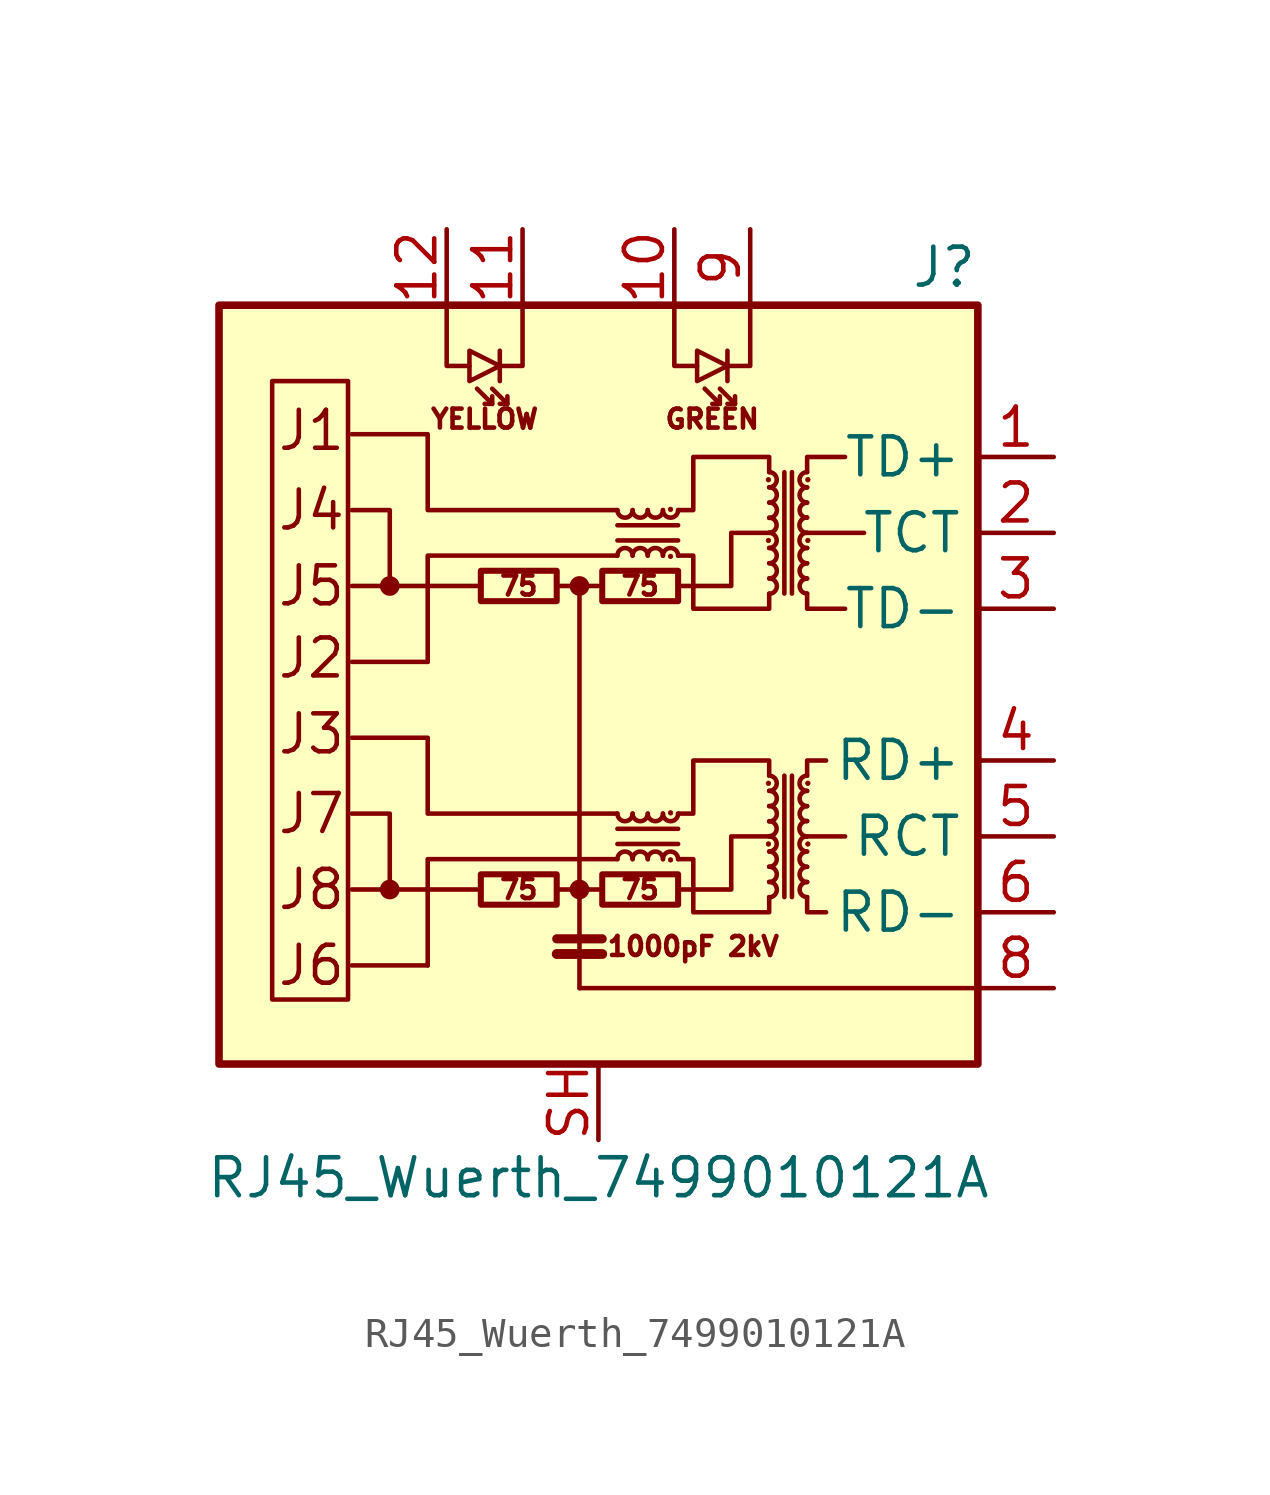
<source format=kicad_sym>
(kicad_symbol_lib
  (version 20220914)
  (generator kicad_symbol_editor)
  (symbol "RJ45_Wuerth_7499010121A"
    (property "Reference" "J"
      (at 12.7 13.97 0)
      (effects (font (size 1.27 1.27)) (justify right)))
    (property "Value" "RJ45_Wuerth_7499010121A"
      (at 0 -16.51 0)
      (effects (font (size 1.27 1.27))))
    (symbol "RJ45_Wuerth_7499010121A_0_0"
      (rectangle (start -12.7 12.7) (end 12.7 -12.7) (stroke (width 0.254) (type default)) (fill (type background)))
      (polyline (pts (xy -3.937 -6.858) (xy -8.255 -6.858)) (stroke (width 0) (type default)) (fill (type none)))
      (polyline (pts (xy -3.937 3.302) (xy -8.255 3.302)) (stroke (width 0) (type default)) (fill (type none)))
      (polyline (pts (xy -0.635 -10.16) (xy 12.7 -10.16)) (stroke (width 0) (type default)) (fill (type none)))
      (polyline (pts (xy 8.255 -5.08) (xy 6.985 -5.08)) (stroke (width 0) (type default)) (fill (type none)))
      (polyline (pts (xy 8.89 5.08) (xy 6.985 5.08)) (stroke (width 0) (type default)) (fill (type none)))
      (polyline (pts (xy 0.635 -4.318) (xy -5.715 -4.318) (xy -5.715 -1.778) (xy -8.255 -1.778)) (stroke (width 0) (type default)) (fill (type none)))
      (polyline (pts (xy 0.635 5.842) (xy -5.715 5.842) (xy -5.715 8.382) (xy -8.255 8.382)) (stroke (width 0) (type default)) (fill (type none)))
      (polyline (pts (xy 2.667 -6.858) (xy 4.445 -6.858) (xy 4.445 -5.08) (xy 5.715 -5.08)) (stroke (width 0) (type default)) (fill (type none)))
      (polyline (pts (xy 2.667 3.302) (xy 4.445 3.302) (xy 4.445 5.08) (xy 5.715 5.08)) (stroke (width 0) (type default)) (fill (type none)))
      (text "1000pF 2kV" (at 3.175 -8.763 0) (effects (font (size 0.635 0.635))))
      (text "75" (at -2.667 -6.858 0) (effects (font (size 0.635 0.635))))
      (text "75" (at -2.667 3.302 0) (effects (font (size 0.635 0.635))))
      (text "75" (at 1.397 -6.858 0) (effects (font (size 0.635 0.635))))
      (text "75" (at 1.397 3.302 0) (effects (font (size 0.635 0.635))))
      (text "GREEN" (at 3.81 8.89 0) (effects (font (size 0.635 0.635))))
      (text "J1" (at -10.795 8.509 0) (effects (font (size 1.27 1.27)) (justify left)))
      (text "J2" (at -10.795 0.889 0) (effects (font (size 1.27 1.27)) (justify left)))
      (text "J3" (at -10.795 -1.651 0) (effects (font (size 1.27 1.27)) (justify left)))
      (text "J4" (at -10.795 5.842 0) (effects (font (size 1.27 1.27)) (justify left)))
      (text "J5" (at -10.795 3.302 0) (effects (font (size 1.27 1.27)) (justify left)))
      (text "J6" (at -10.795 -9.398 0) (effects (font (size 1.27 1.27)) (justify left)))
      (text "J7" (at -10.795 -4.318 0) (effects (font (size 1.27 1.27)) (justify left)))
      (text "J8" (at -10.795 -6.858 0) (effects (font (size 1.27 1.27)) (justify left)))
      (text "YELLOW" (at -3.81 8.89 0) (effects (font (size 0.635 0.635)))))
    (symbol "RJ45_Wuerth_7499010121A_0_1"
      (rectangle (start -8.382 -10.541) (end -10.922 10.16) (stroke (width 0) (type default)) (fill (type none)))
      (circle (center -6.985 -6.858) (radius 0.254) (stroke (width 0) (type default)) (fill (type outline)))
      (circle (center -6.985 3.302) (radius 0.254) (stroke (width 0) (type default)) (fill (type outline)))
      (rectangle (start -3.937 -7.366) (end -1.397 -6.35) (stroke (width 0.203) (type default)) (fill (type none)))
      (rectangle (start -3.937 2.794) (end -1.397 3.81) (stroke (width 0.203) (type default)) (fill (type none)))
      (circle (center -0.635 -6.858) (radius 0.254) (stroke (width 0) (type default)) (fill (type outline)))
      (circle (center -0.635 3.302) (radius 0.254) (stroke (width 0) (type default)) (fill (type outline)))
      (polyline (pts (xy -5.715 -9.398) (xy -8.255 -9.398)) (stroke (width 0) (type default)) (fill (type none)))
      (polyline (pts (xy -5.715 0.762) (xy -8.255 0.762)) (stroke (width 0) (type default)) (fill (type none)))
      (polyline (pts (xy -3.556 9.398) (xy -4.064 9.906)) (stroke (width 0) (type default)) (fill (type none)))
      (polyline (pts (xy -3.302 11.176) (xy -3.302 10.16)) (stroke (width 0) (type default)) (fill (type none)))
      (polyline (pts (xy -3.048 9.398) (xy -3.556 9.906)) (stroke (width 0) (type default)) (fill (type none)))
      (polyline (pts (xy -1.397 -9.017) (xy 0.127 -9.017)) (stroke (width 0.33) (type default)) (fill (type none)))
      (polyline (pts (xy -1.397 -8.509) (xy 0.127 -8.509)) (stroke (width 0.305) (type default)) (fill (type none)))
      (polyline (pts (xy -0.635 3.302) (xy -1.397 3.302)) (stroke (width 0) (type default)) (fill (type none)))
      (polyline (pts (xy 0.127 -6.858) (xy -1.397 -6.858)) (stroke (width 0) (type default)) (fill (type none)))
      (polyline (pts (xy 0.635 -5.334) (xy 2.667 -5.334)) (stroke (width 0) (type default)) (fill (type none)))
      (polyline (pts (xy 0.635 4.826) (xy 2.667 4.826)) (stroke (width 0) (type default)) (fill (type none)))
      (polyline (pts (xy 2.667 -4.826) (xy 0.635 -4.826)) (stroke (width 0) (type default)) (fill (type none)))
      (polyline (pts (xy 2.667 5.334) (xy 0.635 5.334)) (stroke (width 0) (type default)) (fill (type none)))
      (polyline (pts (xy 4.064 9.398) (xy 3.556 9.906)) (stroke (width 0) (type default)) (fill (type none)))
      (polyline (pts (xy 4.318 11.176) (xy 4.318 10.16)) (stroke (width 0) (type default)) (fill (type none)))
      (polyline (pts (xy 4.572 9.398) (xy 4.064 9.906)) (stroke (width 0) (type default)) (fill (type none)))
      (polyline (pts (xy 6.223 -3.048) (xy 6.223 -7.112)) (stroke (width 0) (type default)) (fill (type none)))
      (polyline (pts (xy 6.223 7.112) (xy 6.223 3.048)) (stroke (width 0) (type default)) (fill (type none)))
      (polyline (pts (xy 6.477 -7.112) (xy 6.477 -3.048)) (stroke (width 0) (type default)) (fill (type none)))
      (polyline (pts (xy 6.477 3.048) (xy 6.477 7.112)) (stroke (width 0) (type default)) (fill (type none)))
      (polyline (pts (xy -6.985 -6.858) (xy -6.985 -4.318) (xy -8.255 -4.318)) (stroke (width 0) (type default)) (fill (type none)))
      (polyline (pts (xy -6.985 3.302) (xy -6.985 5.842) (xy -8.255 5.842)) (stroke (width 0) (type default)) (fill (type none)))
      (polyline (pts (xy -5.08 12.7) (xy -5.08 10.668) (xy -4.318 10.668)) (stroke (width 0) (type default)) (fill (type none)))
      (polyline (pts (xy -3.556 9.652) (xy -3.556 9.398) (xy -3.81 9.398)) (stroke (width 0) (type default)) (fill (type none)))
      (polyline (pts (xy -3.048 9.652) (xy -3.048 9.398) (xy -3.302 9.398)) (stroke (width 0) (type default)) (fill (type none)))
      (polyline (pts (xy -2.54 12.7) (xy -2.54 10.668) (xy -3.302 10.668)) (stroke (width 0) (type default)) (fill (type none)))
      (polyline (pts (xy -0.635 -10.16) (xy -0.635 3.302) (xy 0 3.302)) (stroke (width 0) (type default)) (fill (type none)))
      (polyline (pts (xy 0.635 -5.842) (xy -5.715 -5.842) (xy -5.715 -9.398)) (stroke (width 0) (type default)) (fill (type none)))
      (polyline (pts (xy 0.635 4.318) (xy -5.715 4.318) (xy -5.715 0.762)) (stroke (width 0) (type default)) (fill (type none)))
      (polyline (pts (xy 2.54 12.7) (xy 2.54 10.668) (xy 3.302 10.668)) (stroke (width 0) (type default)) (fill (type none)))
      (polyline (pts (xy 4.064 9.652) (xy 4.064 9.398) (xy 3.81 9.398)) (stroke (width 0) (type default)) (fill (type none)))
      (polyline (pts (xy 4.572 9.652) (xy 4.572 9.398) (xy 4.318 9.398)) (stroke (width 0) (type default)) (fill (type none)))
      (polyline (pts (xy 5.08 12.7) (xy 5.08 10.668) (xy 4.318 10.668)) (stroke (width 0) (type default)) (fill (type none)))
      (polyline (pts (xy 6.985 -7.112) (xy 6.985 -7.62) (xy 7.62 -7.62)) (stroke (width 0) (type default)) (fill (type none)))
      (polyline (pts (xy 6.985 -3.048) (xy 6.985 -2.54) (xy 7.62 -2.54)) (stroke (width 0) (type default)) (fill (type none)))
      (polyline (pts (xy 6.985 3.048) (xy 6.985 2.54) (xy 8.255 2.54)) (stroke (width 0) (type default)) (fill (type none)))
      (polyline (pts (xy 6.985 7.112) (xy 6.985 7.62) (xy 8.255 7.62)) (stroke (width 0) (type default)) (fill (type none)))
      (polyline (pts (xy -3.302 10.668) (xy -4.318 11.176) (xy -4.318 10.16) (xy -3.302 10.668)) (stroke (width 0) (type default)) (fill (type none)))
      (polyline (pts (xy 4.318 10.668) (xy 3.302 11.176) (xy 3.302 10.16) (xy 4.318 10.668)) (stroke (width 0) (type default)) (fill (type none)))
      (polyline (pts (xy 2.667 -4.318) (xy 3.175 -4.318) (xy 3.175 -2.54) (xy 5.715 -2.54) (xy 5.715 -3.048)) (stroke (width 0) (type default)) (fill (type none)))
      (polyline (pts (xy 2.667 5.842) (xy 3.175 5.842) (xy 3.175 7.62) (xy 5.715 7.62) (xy 5.715 7.112)) (stroke (width 0) (type default)) (fill (type none)))
      (polyline (pts (xy 5.715 -7.112) (xy 5.715 -7.62) (xy 3.175 -7.62) (xy 3.175 -5.842) (xy 2.667 -5.842)) (stroke (width 0) (type default)) (fill (type none)))
      (polyline (pts (xy 5.715 3.048) (xy 5.715 2.54) (xy 3.175 2.54) (xy 3.175 4.318) (xy 2.667 4.318)) (stroke (width 0) (type default)) (fill (type none)))
      (rectangle (start 0.127 -7.366) (end 2.667 -6.35) (stroke (width 0.203) (type default)) (fill (type none)))
      (rectangle (start 0.127 2.794) (end 2.667 3.81) (stroke (width 0.203) (type default)) (fill (type none)))
      (arc (start 0.635 -4.318) (mid 0.889 -4.5709) (end 1.143 -4.318) (stroke (width 0) (type default)) (fill (type none)))
      (arc (start 0.635 5.842) (mid 0.889 5.5891) (end 1.143 5.842) (stroke (width 0) (type default)) (fill (type none)))
      (arc (start 1.143 -5.842) (mid 0.889 -5.5891) (end 0.635 -5.842) (stroke (width 0) (type default)) (fill (type none)))
      (arc (start 1.143 -4.318) (mid 1.397 -4.5709) (end 1.651 -4.318) (stroke (width 0) (type default)) (fill (type none)))
      (arc (start 1.143 4.318) (mid 0.889 4.5709) (end 0.635 4.318) (stroke (width 0) (type default)) (fill (type none)))
      (arc (start 1.143 5.842) (mid 1.397 5.5891) (end 1.651 5.842) (stroke (width 0) (type default)) (fill (type none)))
      (arc (start 1.651 -5.842) (mid 1.397 -5.5891) (end 1.143 -5.842) (stroke (width 0) (type default)) (fill (type none)))
      (arc (start 1.651 -4.318) (mid 1.905 -4.5709) (end 2.159 -4.318) (stroke (width 0) (type default)) (fill (type none)))
      (arc (start 1.651 4.318) (mid 1.397 4.5709) (end 1.143 4.318) (stroke (width 0) (type default)) (fill (type none)))
      (arc (start 1.651 5.842) (mid 1.905 5.5891) (end 2.159 5.842) (stroke (width 0) (type default)) (fill (type none)))
      (arc (start 2.159 -5.842) (mid 1.905 -5.5891) (end 1.651 -5.842) (stroke (width 0) (type default)) (fill (type none)))
      (arc (start 2.159 -4.318) (mid 2.413 -4.5709) (end 2.667 -4.318) (stroke (width 0) (type default)) (fill (type none)))
      (arc (start 2.159 4.318) (mid 1.905 4.5709) (end 1.651 4.318) (stroke (width 0) (type default)) (fill (type none)))
      (arc (start 2.159 5.842) (mid 2.413 5.5891) (end 2.667 5.842) (stroke (width 0) (type default)) (fill (type none)))
      (circle (center 2.413 -5.867) (radius 0.076) (stroke (width 0.025) (type default)) (fill (type outline)))
      (circle (center 2.413 -4.293) (radius 0.076) (stroke (width 0.025) (type default)) (fill (type outline)))
      (circle (center 2.413 4.293) (radius 0.076) (stroke (width 0.025) (type default)) (fill (type outline)))
      (circle (center 2.413 5.867) (radius 0.076) (stroke (width 0.025) (type default)) (fill (type outline)))
      (arc (start 2.667 -5.842) (mid 2.413 -5.5891) (end 2.159 -5.842) (stroke (width 0) (type default)) (fill (type none)))
      (arc (start 2.667 4.318) (mid 2.413 4.5709) (end 2.159 4.318) (stroke (width 0) (type default)) (fill (type none)))
      (circle (center 5.69 -5.334) (radius 0.076) (stroke (width 0.025) (type default)) (fill (type outline)))
      (circle (center 5.69 -3.302) (radius 0.076) (stroke (width 0.025) (type default)) (fill (type outline)))
      (circle (center 5.69 4.826) (radius 0.076) (stroke (width 0.025) (type default)) (fill (type outline)))
      (circle (center 5.69 6.858) (radius 0.076) (stroke (width 0.025) (type default)) (fill (type outline)))
      (arc (start 5.715 -7.112) (mid 5.9679 -6.858) (end 5.715 -6.604) (stroke (width 0) (type default)) (fill (type none)))
      (arc (start 5.715 -6.604) (mid 5.9679 -6.35) (end 5.715 -6.096) (stroke (width 0) (type default)) (fill (type none)))
      (arc (start 5.715 -6.096) (mid 5.9679 -5.842) (end 5.715 -5.588) (stroke (width 0) (type default)) (fill (type none)))
      (arc (start 5.715 -5.588) (mid 5.9679 -5.334) (end 5.715 -5.08) (stroke (width 0) (type default)) (fill (type none)))
      (arc (start 5.715 -5.08) (mid 5.9679 -4.826) (end 5.715 -4.572) (stroke (width 0) (type default)) (fill (type none)))
      (arc (start 5.715 -4.572) (mid 5.9679 -4.318) (end 5.715 -4.064) (stroke (width 0) (type default)) (fill (type none)))
      (arc (start 5.715 -4.064) (mid 5.9679 -3.81) (end 5.715 -3.556) (stroke (width 0) (type default)) (fill (type none)))
      (arc (start 5.715 -3.556) (mid 5.9679 -3.302) (end 5.715 -3.048) (stroke (width 0) (type default)) (fill (type none)))
      (arc (start 5.715 3.048) (mid 5.9679 3.302) (end 5.715 3.556) (stroke (width 0) (type default)) (fill (type none)))
      (arc (start 5.715 3.556) (mid 5.9679 3.81) (end 5.715 4.064) (stroke (width 0) (type default)) (fill (type none)))
      (arc (start 5.715 4.064) (mid 5.9679 4.318) (end 5.715 4.572) (stroke (width 0) (type default)) (fill (type none)))
      (arc (start 5.715 4.572) (mid 5.9679 4.826) (end 5.715 5.08) (stroke (width 0) (type default)) (fill (type none)))
      (arc (start 5.715 5.08) (mid 5.9679 5.334) (end 5.715 5.588) (stroke (width 0) (type default)) (fill (type none)))
      (arc (start 5.715 5.588) (mid 5.9679 5.842) (end 5.715 6.096) (stroke (width 0) (type default)) (fill (type none)))
      (arc (start 5.715 6.096) (mid 5.9679 6.35) (end 5.715 6.604) (stroke (width 0) (type default)) (fill (type none)))
      (arc (start 5.715 6.604) (mid 5.9679 6.858) (end 5.715 7.112) (stroke (width 0) (type default)) (fill (type none)))
      (arc (start 6.985 -6.604) (mid 6.7321 -6.858) (end 6.985 -7.112) (stroke (width 0) (type default)) (fill (type none)))
      (arc (start 6.985 -6.096) (mid 6.7321 -6.35) (end 6.985 -6.604) (stroke (width 0) (type default)) (fill (type none)))
      (arc (start 6.985 -5.588) (mid 6.7321 -5.842) (end 6.985 -6.096) (stroke (width 0) (type default)) (fill (type none)))
      (arc (start 6.985 -5.08) (mid 6.7321 -5.334) (end 6.985 -5.588) (stroke (width 0) (type default)) (fill (type none)))
      (arc (start 6.985 -4.572) (mid 6.7321 -4.826) (end 6.985 -5.08) (stroke (width 0) (type default)) (fill (type none)))
      (arc (start 6.985 -4.064) (mid 6.7321 -4.318) (end 6.985 -4.572) (stroke (width 0) (type default)) (fill (type none)))
      (arc (start 6.985 -3.556) (mid 6.7321 -3.81) (end 6.985 -4.064) (stroke (width 0) (type default)) (fill (type none)))
      (arc (start 6.985 -3.048) (mid 6.7321 -3.302) (end 6.985 -3.556) (stroke (width 0) (type default)) (fill (type none)))
      (arc (start 6.985 3.556) (mid 6.7321 3.302) (end 6.985 3.048) (stroke (width 0) (type default)) (fill (type none)))
      (arc (start 6.985 4.064) (mid 6.7321 3.81) (end 6.985 3.556) (stroke (width 0) (type default)) (fill (type none)))
      (arc (start 6.985 4.572) (mid 6.7321 4.318) (end 6.985 4.064) (stroke (width 0) (type default)) (fill (type none)))
      (arc (start 6.985 5.08) (mid 6.7321 4.826) (end 6.985 4.572) (stroke (width 0) (type default)) (fill (type none)))
      (arc (start 6.985 5.588) (mid 6.7321 5.334) (end 6.985 5.08) (stroke (width 0) (type default)) (fill (type none)))
      (arc (start 6.985 6.096) (mid 6.7321 5.842) (end 6.985 5.588) (stroke (width 0) (type default)) (fill (type none)))
      (arc (start 6.985 6.604) (mid 6.7321 6.35) (end 6.985 6.096) (stroke (width 0) (type default)) (fill (type none)))
      (arc (start 6.985 7.112) (mid 6.7321 6.858) (end 6.985 6.604) (stroke (width 0) (type default)) (fill (type none)))
      (circle (center 7.01 -5.334) (radius 0.076) (stroke (width 0.025) (type default)) (fill (type outline)))
      (circle (center 7.01 -3.302) (radius 0.076) (stroke (width 0.025) (type default)) (fill (type outline)))
      (circle (center 7.01 4.826) (radius 0.076) (stroke (width 0.025) (type default)) (fill (type outline)))
      (circle (center 7.01 6.858) (radius 0.076) (stroke (width 0.025) (type default)) (fill (type outline))))
    (symbol "RJ45_Wuerth_7499010121A_1_1"
      (pin passive line (at 15.24 7.62 180) (length 2.54) (name "TD+" (effects (font (size 1.27 1.27)))) (number "1" (effects (font (size 1.27 1.27)))))
      (pin passive line (at 2.54 15.24 270) (length 2.54) (name "~" (effects (font (size 1.27 1.27)))) (number "10" (effects (font (size 1.27 1.27)))))
      (pin passive line (at -2.54 15.24 270) (length 2.54) (name "~" (effects (font (size 1.27 1.27)))) (number "11" (effects (font (size 1.27 1.27)))))
      (pin passive line (at -5.08 15.24 270) (length 2.54) (name "~" (effects (font (size 1.27 1.27)))) (number "12" (effects (font (size 1.27 1.27)))))
      (pin passive line (at 15.24 5.08 180) (length 2.54) (name "TCT" (effects (font (size 1.27 1.27)))) (number "2" (effects (font (size 1.27 1.27)))))
      (pin passive line (at 15.24 2.54 180) (length 2.54) (name "TD-" (effects (font (size 1.27 1.27)))) (number "3" (effects (font (size 1.27 1.27)))))
      (pin passive line (at 15.24 -2.54 180) (length 2.54) (name "RD+" (effects (font (size 1.27 1.27)))) (number "4" (effects (font (size 1.27 1.27)))))
      (pin passive line (at 15.24 -5.08 180) (length 2.54) (name "RCT" (effects (font (size 1.27 1.27)))) (number "5" (effects (font (size 1.27 1.27)))))
      (pin passive line (at 15.24 -7.62 180) (length 2.54) (name "RD-" (effects (font (size 1.27 1.27)))) (number "6" (effects (font (size 1.27 1.27)))))
      (pin passive line (at 15.24 -10.16 180) (length 2.54) (name "~" (effects (font (size 1.27 1.27)))) (number "8" (effects (font (size 1.27 1.27)))))
      (pin passive line (at 5.08 15.24 270) (length 2.54) (name "~" (effects (font (size 1.27 1.27)))) (number "9" (effects (font (size 1.27 1.27)))))
      (pin passive line (at 0 -15.24 90) (length 2.54) (name "~" (effects (font (size 1.27 1.27)))) (number "SH" (effects (font (size 1.27 1.27))))))))
</source>
